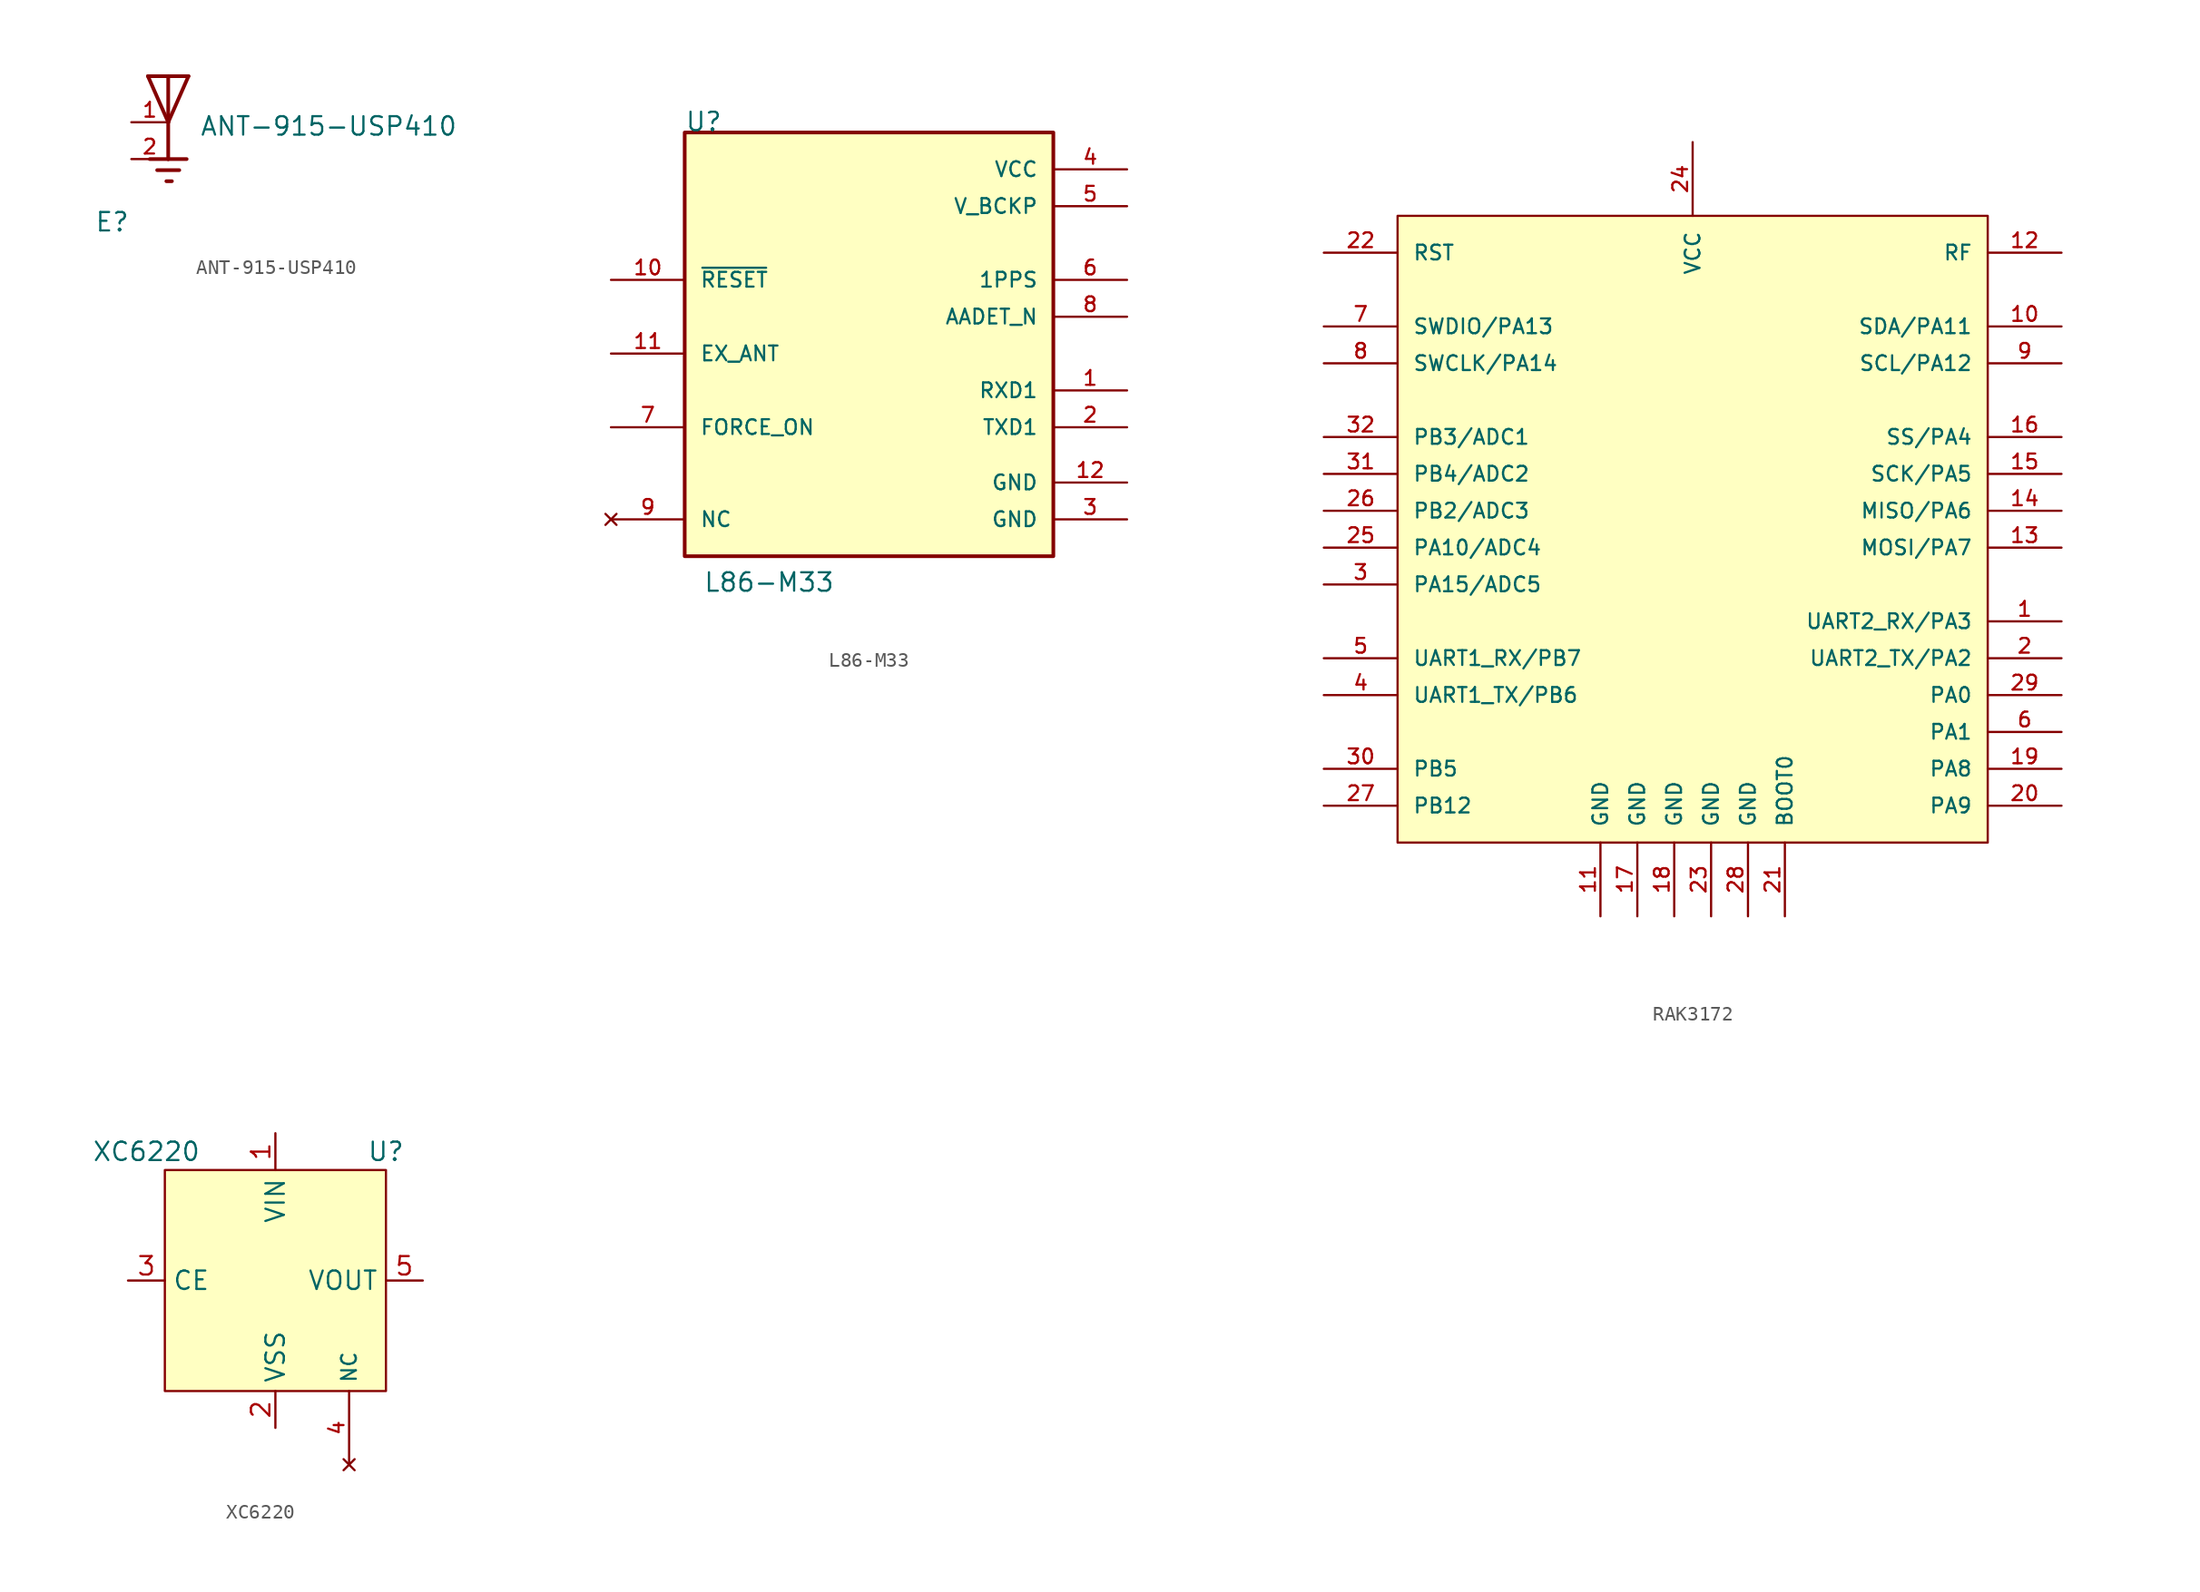
<source format=kicad_sym>
(kicad_symbol_lib
  (version 20211014)
  (generator kicad_symbol_editor)
  (symbol "ANT-915-USP410"
    (pin_names
      (offset 1.016) hide)
    (property "Reference" "E"
      (at -5.08 -7.62 0)
      (effects (font (size 1.27 1.27)) (justify left bottom)))
    (property "Value" "ANT-915-USP410"
      (at 2.159 -1.016 0)
      (effects (font (size 1.27 1.27)) (justify left bottom)))
    (property "ki_locked" ""
      (at 0 0 0)
      (effects (font (size 1.27 1.27))))
    (symbol "ANT-915-USP410_0_0"
      (polyline (pts (xy -1.397 3.175) (xy 0 3.175)) (stroke (width 0.254) (type default) (color 0 0 0 0)) (fill (type none)))
      (polyline (pts (xy -0.762 -3.302) (xy 0.762 -3.302)) (stroke (width 0.254) (type default) (color 0 0 0 0)) (fill (type none)))
      (polyline (pts (xy -0.127 -4.064) (xy 0.254 -4.064)) (stroke (width 0.254) (type default) (color 0 0 0 0)) (fill (type none)))
      (polyline (pts (xy 0 -2.54) (xy -1.27 -2.54)) (stroke (width 0.254) (type default) (color 0 0 0 0)) (fill (type none)))
      (polyline (pts (xy 0 -2.54) (xy 1.27 -2.54)) (stroke (width 0.254) (type default) (color 0 0 0 0)) (fill (type none)))
      (polyline (pts (xy 0 0) (xy -1.397 3.175)) (stroke (width 0.254) (type default) (color 0 0 0 0)) (fill (type none)))
      (polyline (pts (xy 0 0) (xy 0 -2.54)) (stroke (width 0.254) (type default) (color 0 0 0 0)) (fill (type none)))
      (polyline (pts (xy 0 3.175) (xy 0 0)) (stroke (width 0.254) (type default) (color 0 0 0 0)) (fill (type none)))
      (polyline (pts (xy 0 3.175) (xy 1.397 3.175)) (stroke (width 0.254) (type default) (color 0 0 0 0)) (fill (type none)))
      (polyline (pts (xy 1.397 3.175) (xy 0 0)) (stroke (width 0.254) (type default) (color 0 0 0 0)) (fill (type none)))
      (pin passive line (at -2.54 0 0) (length 2.54) (name "~" (effects (font (size 1.016 1.016)))) (number "1" (effects (font (size 1.016 1.016)))))
      (pin power_in line (at -2.54 -2.54 0) (length 2.54) (name "~" (effects (font (size 1.016 1.016)))) (number "2" (effects (font (size 1.016 1.016)))))))
  (symbol "L86-M33"
    (pin_names
      (offset 1.016))
    (property "Reference" "U"
      (at -12.7 12.7 0)
      (effects (font (size 1.27 1.27)) (justify left bottom)))
    (property "Value" "L86-M33"
      (at -11.43 -19.05 0)
      (effects (font (size 1.27 1.27)) (justify left bottom)))
    (symbol "L86-M33_0_0"
      (rectangle (start -12.7 12.7) (end 12.7 -16.51) (stroke (width 0.254) (type default) (color 0 0 0 0)) (fill (type background)))
      (pin input line (at 17.78 -5.08 180) (length 5.08) (name "RXD1" (effects (font (size 1.016 1.016)))) (number "1" (effects (font (size 1.016 1.016)))))
      (pin input line (at -17.78 2.54 0) (length 5.08) (name "~{RESET}" (effects (font (size 1.016 1.016)))) (number "10" (effects (font (size 1.016 1.016)))))
      (pin input line (at -17.78 -2.54 0) (length 5.08) (name "EX_ANT" (effects (font (size 1.016 1.016)))) (number "11" (effects (font (size 1.016 1.016)))))
      (pin power_in line (at 17.78 -11.43 180) (length 5.08) (name "GND" (effects (font (size 1.016 1.016)))) (number "12" (effects (font (size 1.016 1.016)))))
      (pin output line (at 17.78 -7.62 180) (length 5.08) (name "TXD1" (effects (font (size 1.016 1.016)))) (number "2" (effects (font (size 1.016 1.016)))))
      (pin power_in line (at 17.78 -13.97 180) (length 5.08) (name "GND" (effects (font (size 1.016 1.016)))) (number "3" (effects (font (size 1.016 1.016)))))
      (pin power_in line (at 17.78 10.16 180) (length 5.08) (name "VCC" (effects (font (size 1.016 1.016)))) (number "4" (effects (font (size 1.016 1.016)))))
      (pin power_in line (at 17.78 7.62 180) (length 5.08) (name "V_BCKP" (effects (font (size 1.016 1.016)))) (number "5" (effects (font (size 1.016 1.016)))))
      (pin output line (at 17.78 2.54 180) (length 5.08) (name "1PPS" (effects (font (size 1.016 1.016)))) (number "6" (effects (font (size 1.016 1.016)))))
      (pin input line (at -17.78 -7.62 0) (length 5.08) (name "FORCE_ON" (effects (font (size 1.016 1.016)))) (number "7" (effects (font (size 1.016 1.016)))))
      (pin output line (at 17.78 0 180) (length 5.08) (name "AADET_N" (effects (font (size 1.016 1.016)))) (number "8" (effects (font (size 1.016 1.016)))))
      (pin no_connect line (at -17.78 -13.97 0) (length 5.08) (name "NC" (effects (font (size 1.016 1.016)))) (number "9" (effects (font (size 1.016 1.016)))))))
  (symbol "RAK3172"
    (pin_names
      (offset 1.016))
    (property "Reference" "U"
      (at -20.32 -24.13 0)
      (effects (font (size 1.27 1.27)) (justify left bottom) hide))
    (symbol "RAK3172_0_0"
      (rectangle (start 20.32 -21.59) (end -20.32 21.59) (stroke (width 0) (type default) (color 0 0 0 0)) (fill (type background)))
      (pin bidirectional line (at 25.4 -6.35 180) (length 5.08) (name "UART2_RX/PA3" (effects (font (size 1.016 1.016)))) (number "1" (effects (font (size 1.016 1.016)))))
      (pin bidirectional line (at 25.4 13.97 180) (length 5.08) (name "SDA/PA11" (effects (font (size 1.016 1.016)))) (number "10" (effects (font (size 1.016 1.016)))))
      (pin output line (at -6.35 -26.67 90) (length 5.08) (name "GND" (effects (font (size 1.016 1.016)))) (number "11" (effects (font (size 1.016 1.016)))))
      (pin output line (at 25.4 19.05 180) (length 5.08) (name "RF" (effects (font (size 1.016 1.016)))) (number "12" (effects (font (size 1.016 1.016)))))
      (pin bidirectional line (at 25.4 -1.27 180) (length 5.08) (name "MOSI/PA7" (effects (font (size 1.016 1.016)))) (number "13" (effects (font (size 1.016 1.016)))))
      (pin bidirectional line (at 25.4 1.27 180) (length 5.08) (name "MISO/PA6" (effects (font (size 1.016 1.016)))) (number "14" (effects (font (size 1.016 1.016)))))
      (pin bidirectional line (at 25.4 3.81 180) (length 5.08) (name "SCK/PA5" (effects (font (size 1.016 1.016)))) (number "15" (effects (font (size 1.016 1.016)))))
      (pin bidirectional line (at 25.4 6.35 180) (length 5.08) (name "SS/PA4" (effects (font (size 1.016 1.016)))) (number "16" (effects (font (size 1.016 1.016)))))
      (pin output line (at -3.81 -26.67 90) (length 5.08) (name "GND" (effects (font (size 1.016 1.016)))) (number "17" (effects (font (size 1.016 1.016)))))
      (pin output line (at -1.27 -26.67 90) (length 5.08) (name "GND" (effects (font (size 1.016 1.016)))) (number "18" (effects (font (size 1.016 1.016)))))
      (pin bidirectional line (at 25.4 -16.51 180) (length 5.08) (name "PA8" (effects (font (size 1.016 1.016)))) (number "19" (effects (font (size 1.016 1.016)))))
      (pin bidirectional line (at 25.4 -8.89 180) (length 5.08) (name "UART2_TX/PA2" (effects (font (size 1.016 1.016)))) (number "2" (effects (font (size 1.016 1.016)))))
      (pin bidirectional line (at 25.4 -19.05 180) (length 5.08) (name "PA9" (effects (font (size 1.016 1.016)))) (number "20" (effects (font (size 1.016 1.016)))))
      (pin input line (at 6.35 -26.67 90) (length 5.08) (name "BOOT0" (effects (font (size 1.016 1.016)))) (number "21" (effects (font (size 1.016 1.016)))))
      (pin input line (at -25.4 19.05 0) (length 5.08) (name "RST" (effects (font (size 1.016 1.016)))) (number "22" (effects (font (size 1.016 1.016)))))
      (pin output line (at 1.27 -26.67 90) (length 5.08) (name "GND" (effects (font (size 1.016 1.016)))) (number "23" (effects (font (size 1.016 1.016)))))
      (pin power_in line (at 0 26.67 270) (length 5.08) (name "VCC" (effects (font (size 1.016 1.016)))) (number "24" (effects (font (size 1.016 1.016)))))
      (pin bidirectional line (at -25.4 -1.27 0) (length 5.08) (name "PA10/ADC4" (effects (font (size 1.016 1.016)))) (number "25" (effects (font (size 1.016 1.016)))))
      (pin bidirectional line (at -25.4 1.27 0) (length 5.08) (name "PB2/ADC3" (effects (font (size 1.016 1.016)))) (number "26" (effects (font (size 1.016 1.016)))))
      (pin bidirectional line (at -25.4 -19.05 0) (length 5.08) (name "PB12" (effects (font (size 1.016 1.016)))) (number "27" (effects (font (size 1.016 1.016)))))
      (pin output line (at 3.81 -26.67 90) (length 5.08) (name "GND" (effects (font (size 1.016 1.016)))) (number "28" (effects (font (size 1.016 1.016)))))
      (pin bidirectional line (at 25.4 -11.43 180) (length 5.08) (name "PA0" (effects (font (size 1.016 1.016)))) (number "29" (effects (font (size 1.016 1.016)))))
      (pin bidirectional line (at -25.4 -3.81 0) (length 5.08) (name "PA15/ADC5" (effects (font (size 1.016 1.016)))) (number "3" (effects (font (size 1.016 1.016)))))
      (pin bidirectional line (at -25.4 -16.51 0) (length 5.08) (name "PB5" (effects (font (size 1.016 1.016)))) (number "30" (effects (font (size 1.016 1.016)))))
      (pin bidirectional line (at -25.4 3.81 0) (length 5.08) (name "PB4/ADC2" (effects (font (size 1.016 1.016)))) (number "31" (effects (font (size 1.016 1.016)))))
      (pin bidirectional line (at -25.4 6.35 0) (length 5.08) (name "PB3/ADC1" (effects (font (size 1.016 1.016)))) (number "32" (effects (font (size 1.016 1.016)))))
      (pin bidirectional line (at -25.4 -11.43 0) (length 5.08) (name "UART1_TX/PB6" (effects (font (size 1.016 1.016)))) (number "4" (effects (font (size 1.016 1.016)))))
      (pin bidirectional line (at -25.4 -8.89 0) (length 5.08) (name "UART1_RX/PB7" (effects (font (size 1.016 1.016)))) (number "5" (effects (font (size 1.016 1.016)))))
      (pin bidirectional line (at 25.4 -13.97 180) (length 5.08) (name "PA1" (effects (font (size 1.016 1.016)))) (number "6" (effects (font (size 1.016 1.016)))))
      (pin bidirectional line (at -25.4 13.97 0) (length 5.08) (name "SWDIO/PA13" (effects (font (size 1.016 1.016)))) (number "7" (effects (font (size 1.016 1.016)))))
      (pin bidirectional line (at -25.4 11.43 0) (length 5.08) (name "SWCLK/PA14" (effects (font (size 1.016 1.016)))) (number "8" (effects (font (size 1.016 1.016)))))
      (pin bidirectional line (at 25.4 11.43 180) (length 5.08) (name "SCL/PA12" (effects (font (size 1.016 1.016)))) (number "9" (effects (font (size 1.016 1.016)))))))
  (symbol "XC6220"
    (property "Reference" "U"
      (at 7.62 1.27 0)
      (effects (font (size 1.27 1.27))))
    (property "Value" "XC6220"
      (at -8.89 1.27 0)
      (effects (font (size 1.27 1.27))))
    (symbol "XC6220_0_0"
      (pin no_connect line (at 5.08 -20.32 90) (length 5.08) (name "NC" (effects (font (size 1.016 1.016)))) (number "4" (effects (font (size 1.016 1.016))))))
    (symbol "XC6220_0_1"
      (rectangle (start -7.62 0) (end 7.62 -15.24) (stroke (width 0) (type default) (color 0 0 0 0)) (fill (type background))))
    (symbol "XC6220_1_1"
      (pin power_in line (at 0 2.54 270) (length 2.54) (name "VIN" (effects (font (size 1.27 1.27)))) (number "1" (effects (font (size 1.27 1.27)))))
      (pin power_in line (at 0 -17.78 90) (length 2.54) (name "VSS" (effects (font (size 1.27 1.27)))) (number "2" (effects (font (size 1.27 1.27)))))
      (pin input line (at -10.16 -7.62 0) (length 2.54) (name "CE" (effects (font (size 1.27 1.27)))) (number "3" (effects (font (size 1.27 1.27)))))
      (pin power_out line (at 10.16 -7.62 180) (length 2.54) (name "VOUT" (effects (font (size 1.27 1.27)))) (number "5" (effects (font (size 1.27 1.27))))))))
</source>
